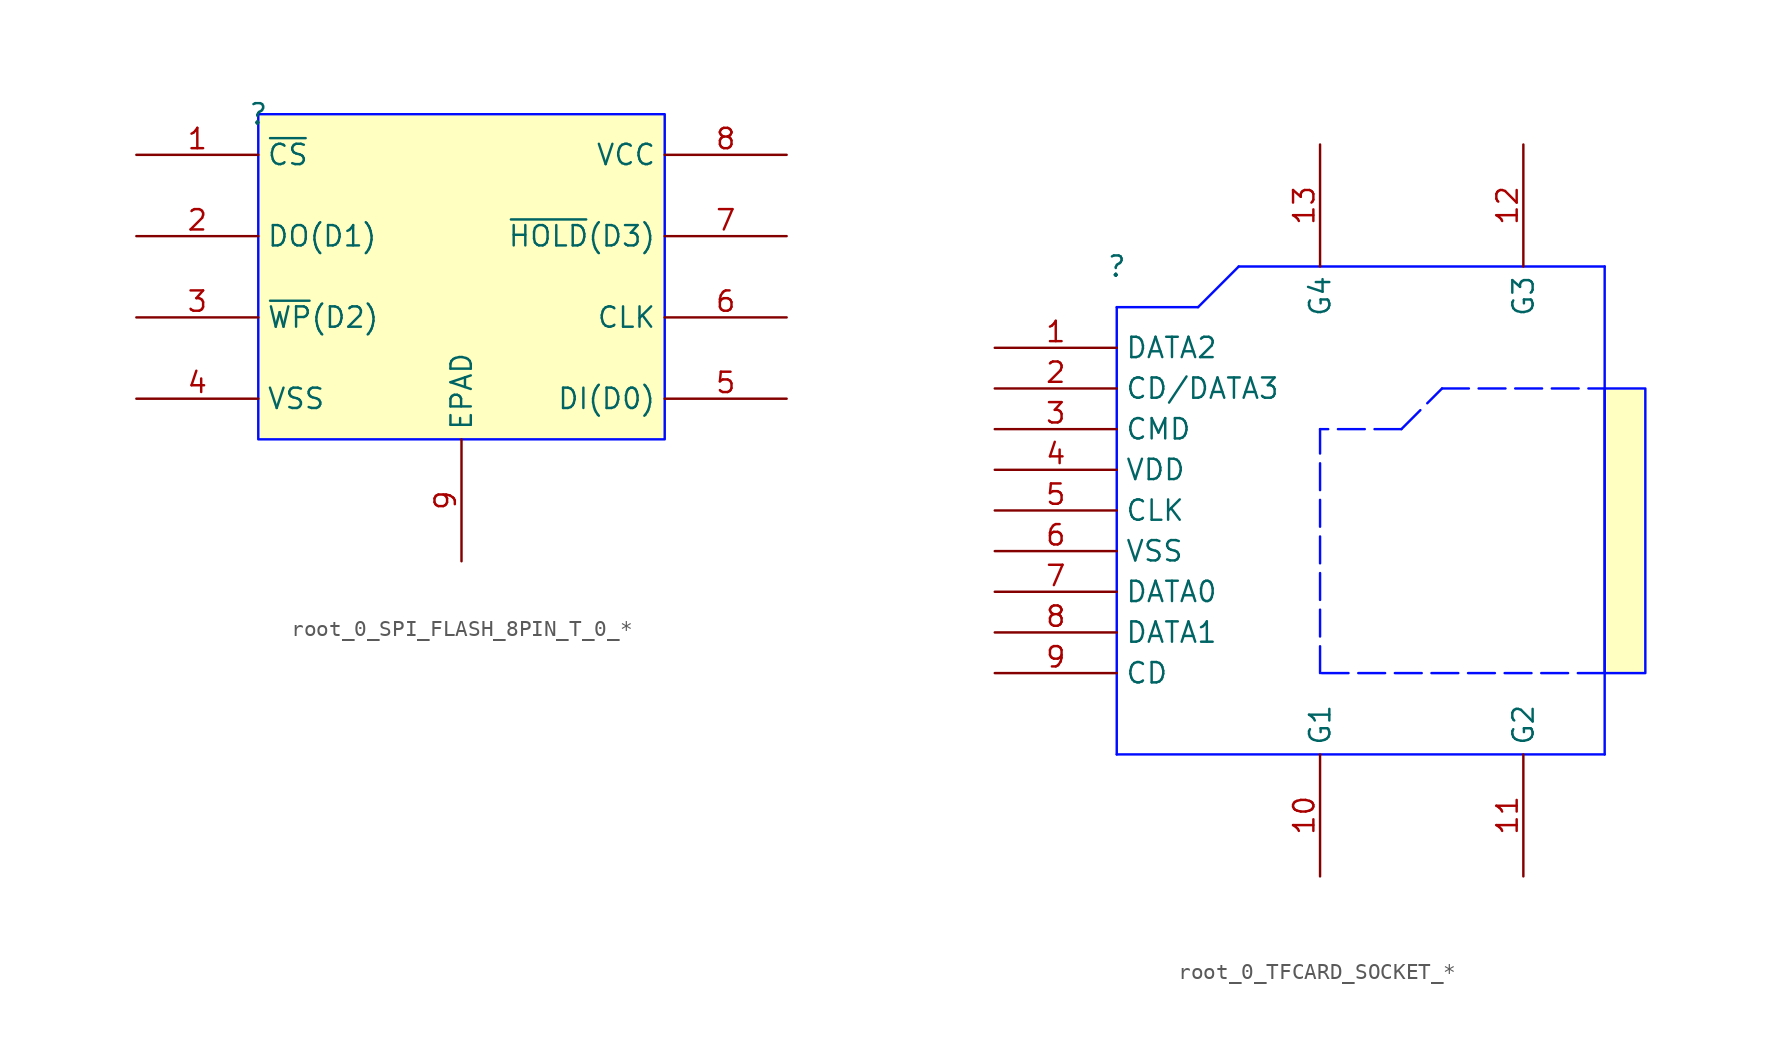
<source format=kicad_sym>
(kicad_symbol_lib
  (version 20241209)
  (generator "kicad_symbol_editor")
  (generator_version "9.0")
  (symbol "root_0_SPI_FLASH_8PIN_T_0_*"
    (property "Reference" ""
      (at 0 0 0)
      (effects (font (size 1.27 1.27))))
    (property "Value" ""
      (at 0 0 0)
      (effects (font (size 1.27 1.27))))
    (symbol "root_0_SPI_FLASH_8PIN_T_0_*_1_0"
      (rectangle (start 25.4 0) (end 0 -20.32) (stroke (width 0) (type solid) (color 0 11 255 1)) (fill (type background)))
      (pin passive line (at -7.62 -2.54 0) (length 7.62) (name "~{CS}" (effects (font (size 1.27 1.27)))) (number "1" (effects (font (size 1.27 1.27)))))
      (pin passive line (at -7.62 -7.62 0) (length 7.62) (name "DO(D1)" (effects (font (size 1.27 1.27)))) (number "2" (effects (font (size 1.27 1.27)))))
      (pin passive line (at -7.62 -12.7 0) (length 7.62) (name "~{WP}(D2)" (effects (font (size 1.27 1.27)))) (number "3" (effects (font (size 1.27 1.27)))))
      (pin passive line (at -7.62 -17.78 0) (length 7.62) (name "VSS" (effects (font (size 1.27 1.27)))) (number "4" (effects (font (size 1.27 1.27)))))
      (pin passive line (at 12.7 -27.94 90) (length 7.62) (name "EPAD" (effects (font (size 1.27 1.27)))) (number "9" (effects (font (size 1.27 1.27)))))
      (pin passive line (at 33.02 -2.54 180) (length 7.62) (name "VCC" (effects (font (size 1.27 1.27)))) (number "8" (effects (font (size 1.27 1.27)))))
      (pin passive line (at 33.02 -7.62 180) (length 7.62) (name "~{HOLD}(D3)" (effects (font (size 1.27 1.27)))) (number "7" (effects (font (size 1.27 1.27)))))
      (pin passive line (at 33.02 -12.7 180) (length 7.62) (name "CLK" (effects (font (size 1.27 1.27)))) (number "6" (effects (font (size 1.27 1.27)))))
      (pin passive line (at 33.02 -17.78 180) (length 7.62) (name "DI(D0)" (effects (font (size 1.27 1.27)))) (number "5" (effects (font (size 1.27 1.27)))))))
  (symbol "root_0_TFCARD_SOCKET_*"
    (property "Reference" ""
      (at 0 0 0)
      (effects (font (size 1.27 1.27))))
    (property "Value" ""
      (at 0 0 0)
      (effects (font (size 1.27 1.27))))
    (symbol "root_0_TFCARD_SOCKET_*_1_0"
      (polyline (pts (xy 0 -2.54) (xy 5.08 -2.54)) (stroke (width 0) (type solid) (color 0 11 255 1)) (fill (type none)))
      (polyline (pts (xy 0 -5.08) (xy 0 -2.54)) (stroke (width 0) (type solid) (color 0 11 255 1)) (fill (type none)))
      (polyline (pts (xy 0 -5.08) (xy 0 -30.48)) (stroke (width 0) (type solid) (color 0 11 255 1)) (fill (type none)))
      (polyline (pts (xy 0 -30.48) (xy 30.48 -30.48)) (stroke (width 0) (type solid) (color 0 11 255 1)) (fill (type none)))
      (polyline (pts (xy 5.08 -2.54) (xy 7.62 0)) (stroke (width 0) (type solid) (color 0 11 255 1)) (fill (type none)))
      (polyline (pts (xy 12.7 -25.4) (xy 12.7 -10.16)) (stroke (width 0) (type dash) (color 0 11 255 1)) (fill (type none)))
      (polyline (pts (xy 17.78 -10.16) (xy 12.7 -10.16)) (stroke (width 0) (type dash) (color 0 11 255 1)) (fill (type none)))
      (polyline (pts (xy 17.78 -10.16) (xy 20.32 -7.62)) (stroke (width 0) (type dash) (color 0 11 255 1)) (fill (type none)))
      (polyline (pts (xy 20.32 -7.62) (xy 30.48 -7.62)) (stroke (width 0) (type dash) (color 0 11 255 1)) (fill (type none)))
      (polyline (pts (xy 30.48 0) (xy 7.62 0)) (stroke (width 0) (type solid) (color 0 11 255 1)) (fill (type none)))
      (polyline (pts (xy 30.48 -25.4) (xy 12.7 -25.4)) (stroke (width 0) (type dash) (color 0 11 255 1)) (fill (type none)))
      (polyline (pts (xy 30.48 -30.48) (xy 30.48 0)) (stroke (width 0) (type solid) (color 0 11 255 1)) (fill (type none)))
      (rectangle (start 33.02 -7.62) (end 30.48 -25.4) (stroke (width 0) (type solid) (color 0 11 255 1)) (fill (type background)))
      (pin passive line (at -7.62 -5.08 0) (length 7.62) (name "DATA2" (effects (font (size 1.27 1.27)))) (number "1" (effects (font (size 1.27 1.27)))))
      (pin passive line (at -7.62 -7.62 0) (length 7.62) (name "CD/DATA3" (effects (font (size 1.27 1.27)))) (number "2" (effects (font (size 1.27 1.27)))))
      (pin passive line (at -7.62 -10.16 0) (length 7.62) (name "CMD" (effects (font (size 1.27 1.27)))) (number "3" (effects (font (size 1.27 1.27)))))
      (pin passive line (at -7.62 -12.7 0) (length 7.62) (name "VDD" (effects (font (size 1.27 1.27)))) (number "4" (effects (font (size 1.27 1.27)))))
      (pin passive line (at -7.62 -15.24 0) (length 7.62) (name "CLK" (effects (font (size 1.27 1.27)))) (number "5" (effects (font (size 1.27 1.27)))))
      (pin passive line (at -7.62 -17.78 0) (length 7.62) (name "VSS" (effects (font (size 1.27 1.27)))) (number "6" (effects (font (size 1.27 1.27)))))
      (pin passive line (at -7.62 -20.32 0) (length 7.62) (name "DATA0" (effects (font (size 1.27 1.27)))) (number "7" (effects (font (size 1.27 1.27)))))
      (pin passive line (at -7.62 -22.86 0) (length 7.62) (name "DATA1" (effects (font (size 1.27 1.27)))) (number "8" (effects (font (size 1.27 1.27)))))
      (pin passive line (at -7.62 -25.4 0) (length 7.62) (name "CD" (effects (font (size 1.27 1.27)))) (number "9" (effects (font (size 1.27 1.27)))))
      (pin passive line (at 12.7 7.62 270) (length 7.62) (name "G4" (effects (font (size 1.27 1.27)))) (number "13" (effects (font (size 1.27 1.27)))))
      (pin passive line (at 12.7 -38.1 90) (length 7.62) (name "G1" (effects (font (size 1.27 1.27)))) (number "10" (effects (font (size 1.27 1.27)))))
      (pin passive line (at 25.4 7.62 270) (length 7.62) (name "G3" (effects (font (size 1.27 1.27)))) (number "12" (effects (font (size 1.27 1.27)))))
      (pin passive line (at 25.4 -38.1 90) (length 7.62) (name "G2" (effects (font (size 1.27 1.27)))) (number "11" (effects (font (size 1.27 1.27))))))))
</source>
